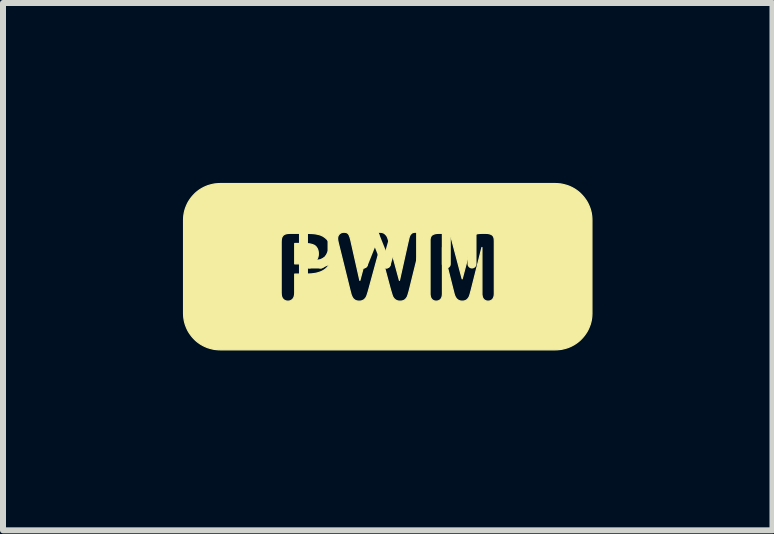
<source format=kicad_pcb>
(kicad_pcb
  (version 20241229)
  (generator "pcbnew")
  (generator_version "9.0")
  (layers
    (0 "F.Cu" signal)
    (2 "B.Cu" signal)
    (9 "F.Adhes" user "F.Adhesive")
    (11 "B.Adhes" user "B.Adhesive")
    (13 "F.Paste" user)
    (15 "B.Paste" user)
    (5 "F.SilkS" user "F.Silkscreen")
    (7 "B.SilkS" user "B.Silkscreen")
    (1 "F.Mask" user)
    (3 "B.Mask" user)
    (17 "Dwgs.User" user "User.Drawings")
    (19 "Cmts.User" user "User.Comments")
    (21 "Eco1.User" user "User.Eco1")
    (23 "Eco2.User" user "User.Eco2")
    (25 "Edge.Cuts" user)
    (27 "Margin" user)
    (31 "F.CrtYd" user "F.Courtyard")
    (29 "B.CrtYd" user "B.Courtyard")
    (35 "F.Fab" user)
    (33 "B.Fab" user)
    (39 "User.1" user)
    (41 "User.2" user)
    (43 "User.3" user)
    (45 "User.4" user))
  (footprint "pwm"
    (layer "F.Cu")
    (at 3.414 1.396)
    (property "Reference" "pwm" (at 0 -0.5 0) (unlocked yes) (layer "F.SilkS") (effects (font (size 1 1) (thickness 0.15))))
    (attr smd)
    (fp_poly (pts (xy -1.381 -0.386) (xy -1.364 -0.386) (xy -1.347 -0.385) (xy -1.331 -0.383) (xy -1.316 -0.382) (xy -1.301 -0.38) (xy -1.287 -0.377) (xy -1.275 -0.374) (xy -1.263 -0.371) (xy -1.251 -0.367) (xy -1.241 -0.363) (xy -1.231 -0.359) (xy -1.222 -0.354) (xy -1.214 -0.349) (xy -1.211 -0.346) (xy -1.207 -0.343) (xy -1.204 -0.34) (xy -1.201 -0.337) (xy -1.195 -0.331) (xy -1.19 -0.325) (xy -1.186 -0.319) (xy -1.182 -0.312) (xy -1.178 -0.306) (xy -1.174 -0.299) (xy -1.171 -0.292) (xy -1.168 -0.284) (xy -1.166 -0.277) (xy -1.163 -0.269) (xy -1.162 -0.261) (xy -1.16 -0.253) (xy -1.159 -0.244) (xy -1.158 -0.236) (xy -1.158 -0.227) (xy -1.157 -0.218) (xy -1.157 -0.21) (xy -1.158 -0.203) (xy -1.158 -0.195) (xy -1.159 -0.188) (xy -1.16 -0.181) (xy -1.161 -0.175) (xy -1.163 -0.168) (xy -1.164 -0.162) (xy -1.166 -0.156) (xy -1.168 -0.15) (xy -1.171 -0.144) (xy -1.173 -0.139) (xy -1.176 -0.133) (xy -1.179 -0.128) (xy -1.182 -0.123) (xy -1.185 -0.118) (xy -1.189 -0.114) (xy -1.193 -0.109) (xy -1.197 -0.105) (xy -1.201 -0.101) (xy -1.205 -0.097) (xy -1.21 -0.093) (xy -1.215 -0.089) (xy -1.22 -0.086) (xy -1.225 -0.082) (xy -1.23 -0.079) (xy -1.236 -0.076) (xy -1.242 -0.073) (xy -1.248 -0.071) (xy -1.254 -0.068) (xy -1.261 -0.066) (xy -1.267 -0.064) (xy -1.281 -0.06) (xy -1.295 -0.056) (xy -1.311 -0.054) (xy -1.327 -0.051) (xy -1.344 -0.049) (xy -1.362 -0.048) (xy -1.38 -0.047) (xy -1.4 -0.047) (xy -1.551 -0.047) (xy -1.551 -0.387) (xy -1.4 -0.387)) (stroke (width 0.02) (type solid)) (fill yes) (layer "F.SilkS"))
    (fp_poly (pts (xy 2.826 -1.385) (xy 2.857 -1.382) (xy 2.888 -1.379) (xy 2.918 -1.373) (xy 2.947 -1.366) (xy 2.976 -1.358) (xy 3.005 -1.349) (xy 3.032 -1.338) (xy 3.059 -1.326) (xy 3.086 -1.312) (xy 3.111 -1.298) (xy 3.136 -1.282) (xy 3.16 -1.265) (xy 3.183 -1.247) (xy 3.205 -1.228) (xy 3.226 -1.207) (xy 3.246 -1.186) (xy 3.265 -1.164) (xy 3.283 -1.141) (xy 3.3 -1.117) (xy 3.316 -1.093) (xy 3.331 -1.067) (xy 3.344 -1.041) (xy 3.356 -1.014) (xy 3.367 -0.986) (xy 3.377 -0.958) (xy 3.385 -0.929) (xy 3.392 -0.899) (xy 3.397 -0.869) (xy 3.401 -0.839) (xy 3.403 -0.808) (xy 3.404 -0.776) (xy 3.404 0.776) (xy 3.403 0.808) (xy 3.401 0.839) (xy 3.397 0.869) (xy 3.392 0.899) (xy 3.385 0.929) (xy 3.377 0.958) (xy 3.367 0.986) (xy 3.356 1.014) (xy 3.344 1.041) (xy 3.331 1.067) (xy 3.316 1.093) (xy 3.3 1.117) (xy 3.283 1.141) (xy 3.265 1.164) (xy 3.246 1.186) (xy 3.226 1.207) (xy 3.205 1.228) (xy 3.183 1.247) (xy 3.16 1.265) (xy 3.136 1.282) (xy 3.111 1.298) (xy 3.086 1.312) (xy 3.059 1.326) (xy 3.032 1.338) (xy 3.005 1.349) (xy 2.976 1.358) (xy 2.947 1.366) (xy 2.918 1.373) (xy 2.888 1.379) (xy 2.857 1.382) (xy 2.826 1.385) (xy 2.795 1.386) (xy -2.795 1.386) (xy -2.826 1.385) (xy -2.857 1.382) (xy -2.888 1.379) (xy -2.918 1.373) (xy -2.947 1.366) (xy -2.976 1.358) (xy -3.005 1.349) (xy -3.032 1.338) (xy -3.059 1.326) (xy -3.086 1.312) (xy -3.111 1.298) (xy -3.136 1.282) (xy -3.16 1.265) (xy -3.183 1.247) (xy -3.205 1.228) (xy -3.226 1.207) (xy -3.246 1.186) (xy -3.265 1.164) (xy -3.283 1.141) (xy -3.3 1.117) (xy -3.316 1.093) (xy -3.331 1.067) (xy -3.344 1.041) (xy -3.356 1.014) (xy -3.367 0.986) (xy -3.377 0.958) (xy -3.385 0.929) (xy -3.392 0.899) (xy -3.397 0.869) (xy -3.401 0.839) (xy -3.403 0.808) (xy -3.404 0.776) (xy -3.404 0.439) (xy -1.777 0.439) (xy -1.776 0.447) (xy -1.776 0.455) (xy -1.775 0.463) (xy -1.775 0.47) (xy -1.773 0.477) (xy -1.772 0.484) (xy -1.771 0.491) (xy -1.769 0.498) (xy -1.767 0.504) (xy -1.764 0.51) (xy -1.762 0.516) (xy -1.759 0.521) (xy -1.756 0.526) (xy -1.753 0.531) (xy -1.749 0.536) (xy -1.745 0.54) (xy -1.741 0.545) (xy -1.737 0.548) (xy -1.733 0.552) (xy -1.729 0.555) (xy -1.724 0.558) (xy -1.719 0.561) (xy -1.714 0.564) (xy -1.709 0.566) (xy -1.704 0.568) (xy -1.699 0.57) (xy -1.693 0.571) (xy -1.688 0.572) (xy -1.682 0.573) (xy -1.676 0.574) (xy -1.67 0.574) (xy -1.664 0.575) (xy -1.658 0.574) (xy -1.652 0.574) (xy -1.646 0.573) (xy -1.64 0.572) (xy -1.635 0.571) (xy -1.63 0.57) (xy -1.624 0.568) (xy -1.619 0.566) (xy -1.614 0.563) (xy -1.609 0.561) (xy -1.605 0.558) (xy -1.6 0.555) (xy -1.596 0.551) (xy -1.591 0.548) (xy -1.587 0.544) (xy -1.583 0.54) (xy -1.579 0.535) (xy -1.576 0.53) (xy -1.572 0.525) (xy -1.569 0.52) (xy -1.566 0.515) (xy -1.564 0.509) (xy -1.562 0.503) (xy -1.559 0.497) (xy -1.558 0.49) (xy -1.556 0.483) (xy -1.555 0.476) (xy -1.553 0.469) (xy -1.553 0.461) (xy -1.552 0.454) (xy -1.552 0.446) (xy -1.551 0.437) (xy -1.551 0.123) (xy -1.345 0.123) (xy -1.32 0.122) (xy -1.295 0.121) (xy -1.271 0.12) (xy -1.248 0.117) (xy -1.226 0.114) (xy -1.204 0.111) (xy -1.184 0.106) (xy -1.164 0.101) (xy -1.145 0.095) (xy -1.127 0.089) (xy -1.109 0.082) (xy -1.092 0.074) (xy -1.077 0.065) (xy -1.061 0.056) (xy -1.047 0.046) (xy -1.034 0.036) (xy -1.021 0.024) (xy -1.009 0.012) (xy -0.998 -0.000196) (xy -0.988 -0.013) (xy -0.979 -0.027) (xy -0.97 -0.042) (xy -0.962 -0.057) (xy -0.955 -0.073) (xy -0.949 -0.089) (xy -0.944 -0.106) (xy -0.939 -0.124) (xy -0.936 -0.142) (xy -0.933 -0.161) (xy -0.931 -0.181) (xy -0.93 -0.201) (xy -0.929 -0.222) (xy -0.929 -0.232) (xy -0.93 -0.242) (xy -0.93 -0.251) (xy -0.931 -0.261) (xy -0.932 -0.27) (xy -0.933 -0.28) (xy -0.934 -0.289) (xy -0.936 -0.298) (xy -0.937 -0.307) (xy -0.939 -0.315) (xy -0.941 -0.324) (xy -0.944 -0.333) (xy -0.946 -0.341) (xy -0.949 -0.349) (xy -0.952 -0.357) (xy -0.955 -0.365) (xy -0.958 -0.373) (xy -0.962 -0.381) (xy -0.965 -0.389) (xy -0.969 -0.396) (xy -0.973 -0.403) (xy -0.978 -0.41) (xy -0.982 -0.417) (xy -0.987 -0.424) (xy -0.992 -0.431) (xy -0.997 -0.437) (xy -1.002 -0.444) (xy -1.007 -0.45) (xy -1.013 -0.456) (xy -1.019 -0.462) (xy -1.025 -0.467) (xy -1.03 -0.472) (xy -0.836 -0.472) (xy -0.836 -0.463) (xy -0.835 -0.453) (xy -0.834 -0.442) (xy -0.832 -0.43) (xy -0.829 -0.417) (xy -0.827 -0.404) (xy -0.823 -0.389) (xy -0.819 -0.373) (xy -0.634 0.375) (xy -0.63 0.392) (xy -0.625 0.41) (xy -0.615 0.448) (xy -0.613 0.457) (xy -0.61 0.467) (xy -0.607 0.476) (xy -0.603 0.484) (xy -0.6 0.492) (xy -0.596 0.5) (xy -0.592 0.508) (xy -0.588 0.515) (xy -0.586 0.519) (xy -0.584 0.522) (xy -0.581 0.525) (xy -0.579 0.529) (xy -0.577 0.532) (xy -0.574 0.535) (xy -0.572 0.537) (xy -0.569 0.54) (xy -0.566 0.543) (xy -0.563 0.545) (xy -0.56 0.548) (xy -0.558 0.55) (xy -0.554 0.552) (xy -0.551 0.555) (xy -0.548 0.557) (xy -0.545 0.559) (xy -0.541 0.561) (xy -0.538 0.562) (xy -0.534 0.564) (xy -0.53 0.566) (xy -0.526 0.567) (xy -0.522 0.568) (xy -0.518 0.57) (xy -0.514 0.571) (xy -0.51 0.571) (xy -0.505 0.572) (xy -0.501 0.573) (xy -0.496 0.574) (xy -0.491 0.574) (xy -0.486 0.574) (xy -0.481 0.574) (xy -0.476 0.575) (xy -0.47 0.574) (xy -0.463 0.574) (xy -0.457 0.574) (xy -0.451 0.573) (xy -0.446 0.572) (xy -0.44 0.571) (xy -0.435 0.57) (xy -0.43 0.568) (xy -0.424 0.566) (xy -0.42 0.564) (xy -0.415 0.562) (xy -0.41 0.56) (xy -0.406 0.557) (xy -0.401 0.555) (xy -0.397 0.552) (xy -0.393 0.549) (xy -0.39 0.545) (xy -0.386 0.542) (xy -0.382 0.539) (xy -0.379 0.535) (xy -0.376 0.532) (xy -0.373 0.528) (xy -0.37 0.524) (xy -0.367 0.521) (xy -0.364 0.517) (xy -0.362 0.513) (xy -0.36 0.509) (xy -0.357 0.505) (xy -0.355 0.502) (xy -0.353 0.498) (xy -0.352 0.494) (xy -0.35 0.49) (xy -0.347 0.481) (xy -0.343 0.47) (xy -0.335 0.446) (xy -0.326 0.416) (xy -0.316 0.38) (xy -0.134 -0.286) (xy 0.045 0.38) (xy 0.056 0.417) (xy 0.065 0.447) (xy 0.069 0.46) (xy 0.073 0.472) (xy 0.076 0.482) (xy 0.08 0.491) (xy 0.081 0.495) (xy 0.083 0.499) (xy 0.085 0.503) (xy 0.087 0.507) (xy 0.089 0.51) (xy 0.091 0.514) (xy 0.094 0.518) (xy 0.096 0.521) (xy 0.099 0.525) (xy 0.102 0.529) (xy 0.105 0.532) (xy 0.108 0.535) (xy 0.112 0.539) (xy 0.115 0.542) (xy 0.119 0.545) (xy 0.123 0.549) (xy 0.127 0.552) (xy 0.131 0.555) (xy 0.135 0.557) (xy 0.14 0.56) (xy 0.144 0.562) (xy 0.149 0.564) (xy 0.154 0.566) (xy 0.159 0.568) (xy 0.164 0.57) (xy 0.17 0.571) (xy 0.175 0.572) (xy 0.181 0.573) (xy 0.187 0.574) (xy 0.193 0.574) (xy 0.199 0.574) (xy 0.205 0.575) (xy 0.212 0.574) (xy 0.219 0.574) (xy 0.225 0.574) (xy 0.231 0.573) (xy 0.237 0.572) (xy 0.243 0.571) (xy 0.248 0.569) (xy 0.254 0.568) (xy 0.259 0.566) (xy 0.264 0.564) (xy 0.269 0.562) (xy 0.273 0.56) (xy 0.278 0.557) (xy 0.282 0.554) (xy 0.286 0.551) (xy 0.29 0.548) (xy 0.293 0.545) (xy 0.297 0.541) (xy 0.3 0.538) (xy 0.304 0.534) (xy 0.307 0.531) (xy 0.31 0.527) (xy 0.313 0.523) (xy 0.315 0.519) (xy 0.318 0.515) (xy 0.32 0.512) (xy 0.323 0.508) (xy 0.325 0.503) (xy 0.327 0.499) (xy 0.329 0.495) (xy 0.33 0.491) (xy 0.332 0.487) (xy 0.335 0.477) (xy 0.339 0.466) (xy 0.342 0.454) (xy 0.345 0.447) (xy 0.705 0.447) (xy 0.705 0.455) (xy 0.705 0.463) (xy 0.706 0.47) (xy 0.707 0.477) (xy 0.708 0.484) (xy 0.709 0.491) (xy 0.71 0.497) (xy 0.712 0.503) (xy 0.714 0.509) (xy 0.716 0.515) (xy 0.719 0.52) (xy 0.721 0.525) (xy 0.724 0.53) (xy 0.727 0.535) (xy 0.73 0.539) (xy 0.734 0.543) (xy 0.737 0.547) (xy 0.741 0.551) (xy 0.745 0.554) (xy 0.749 0.557) (xy 0.753 0.56) (xy 0.758 0.562) (xy 0.762 0.565) (xy 0.767 0.567) (xy 0.771 0.569) (xy 0.776 0.57) (xy 0.781 0.571) (xy 0.786 0.573) (xy 0.792 0.573) (xy 0.797 0.574) (xy 0.802 0.574) (xy 0.808 0.575) (xy 0.814 0.574) (xy 0.819 0.574) (xy 0.825 0.573) (xy 0.83 0.573) (xy 0.836 0.571) (xy 0.841 0.57) (xy 0.846 0.568) (xy 0.85 0.567) (xy 0.855 0.564) (xy 0.859 0.562) (xy 0.864 0.559) (xy 0.868 0.557) (xy 0.872 0.554) (xy 0.876 0.55) (xy 0.879 0.547) (xy 0.883 0.543) (xy 0.887 0.539) (xy 0.89 0.534) (xy 0.893 0.53) (xy 0.896 0.525) (xy 0.898 0.52) (xy 0.901 0.514) (xy 0.903 0.509) (xy 0.905 0.503) (xy 0.906 0.497) (xy 0.908 0.49) (xy 0.909 0.484) (xy 0.91 0.477) (xy 0.911 0.47) (xy 0.911 0.463) (xy 0.912 0.455) (xy 0.912 0.447) (xy 0.912 -0.32) (xy 1.09 0.388) (xy 1.107 0.455) (xy 1.11 0.463) (xy 1.112 0.471) (xy 1.115 0.479) (xy 1.118 0.486) (xy 1.121 0.493) (xy 1.124 0.5) (xy 1.128 0.507) (xy 1.132 0.514) (xy 1.134 0.517) (xy 1.136 0.52) (xy 1.138 0.523) (xy 1.14 0.527) (xy 1.142 0.529) (xy 1.145 0.532) (xy 1.147 0.535) (xy 1.15 0.538) (xy 1.153 0.541) (xy 1.155 0.543) (xy 1.158 0.546) (xy 1.161 0.548) (xy 1.164 0.55) (xy 1.167 0.553) (xy 1.171 0.555) (xy 1.174 0.557) (xy 1.178 0.559) (xy 1.181 0.561) (xy 1.185 0.563) (xy 1.188 0.565) (xy 1.192 0.566) (xy 1.196 0.568) (xy 1.2 0.569) (xy 1.204 0.57) (xy 1.209 0.571) (xy 1.213 0.572) (xy 1.217 0.573) (xy 1.222 0.573) (xy 1.226 0.574) (xy 1.231 0.574) (xy 1.236 0.574) (xy 1.241 0.575) (xy 1.247 0.574) (xy 1.253 0.574) (xy 1.26 0.574) (xy 1.265 0.573) (xy 1.271 0.572) (xy 1.277 0.571) (xy 1.282 0.569) (xy 1.287 0.568) (xy 1.292 0.566) (xy 1.297 0.564) (xy 1.302 0.562) (xy 1.306 0.56) (xy 1.311 0.557) (xy 1.315 0.554) (xy 1.319 0.551) (xy 1.323 0.548) (xy 1.326 0.545) (xy 1.33 0.541) (xy 1.333 0.538) (xy 1.336 0.534) (xy 1.339 0.531) (xy 1.342 0.527) (xy 1.345 0.524) (xy 1.347 0.52) (xy 1.35 0.516) (xy 1.352 0.513) (xy 1.354 0.509) (xy 1.356 0.505) (xy 1.358 0.501) (xy 1.36 0.497) (xy 1.361 0.494) (xy 1.363 0.49) (xy 1.366 0.481) (xy 1.369 0.471) (xy 1.376 0.448) (xy 1.383 0.42) (xy 1.392 0.388) (xy 1.57 -0.32) (xy 1.57 0.447) (xy 1.57 0.455) (xy 1.57 0.463) (xy 1.571 0.47) (xy 1.572 0.477) (xy 1.573 0.484) (xy 1.574 0.49) (xy 1.575 0.497) (xy 1.577 0.503) (xy 1.579 0.509) (xy 1.581 0.514) (xy 1.583 0.52) (xy 1.586 0.525) (xy 1.589 0.53) (xy 1.592 0.534) (xy 1.595 0.539) (xy 1.598 0.543) (xy 1.602 0.547) (xy 1.606 0.55) (xy 1.61 0.554) (xy 1.614 0.557) (xy 1.618 0.559) (xy 1.622 0.562) (xy 1.627 0.564) (xy 1.631 0.567) (xy 1.636 0.568) (xy 1.641 0.57) (xy 1.646 0.571) (xy 1.651 0.573) (xy 1.656 0.573) (xy 1.661 0.574) (xy 1.667 0.574) (xy 1.672 0.575) (xy 1.678 0.574) (xy 1.684 0.574) (xy 1.689 0.573) (xy 1.695 0.573) (xy 1.7 0.571) (xy 1.705 0.57) (xy 1.71 0.568) (xy 1.715 0.567) (xy 1.72 0.564) (xy 1.724 0.562) (xy 1.728 0.559) (xy 1.733 0.557) (xy 1.737 0.554) (xy 1.74 0.55) (xy 1.744 0.547) (xy 1.748 0.543) (xy 1.751 0.539) (xy 1.755 0.534) (xy 1.758 0.53) (xy 1.76 0.525) (xy 1.763 0.52) (xy 1.765 0.514) (xy 1.768 0.509) (xy 1.769 0.503) (xy 1.771 0.497) (xy 1.773 0.49) (xy 1.774 0.484) (xy 1.775 0.477) (xy 1.776 0.47) (xy 1.776 0.463) (xy 1.777 0.455) (xy 1.777 0.447) (xy 1.777 -0.432) (xy 1.776 -0.441) (xy 1.776 -0.449) (xy 1.775 -0.458) (xy 1.774 -0.465) (xy 1.773 -0.473) (xy 1.771 -0.48) (xy 1.769 -0.487) (xy 1.768 -0.49) (xy 1.767 -0.493) (xy 1.766 -0.496) (xy 1.765 -0.499) (xy 1.763 -0.502) (xy 1.762 -0.504) (xy 1.76 -0.507) (xy 1.759 -0.509) (xy 1.757 -0.512) (xy 1.755 -0.514) (xy 1.753 -0.517) (xy 1.752 -0.519) (xy 1.75 -0.521) (xy 1.748 -0.523) (xy 1.745 -0.525) (xy 1.743 -0.526) (xy 1.741 -0.528) (xy 1.739 -0.53) (xy 1.734 -0.533) (xy 1.729 -0.536) (xy 1.724 -0.539) (xy 1.718 -0.541) (xy 1.712 -0.543) (xy 1.707 -0.545) (xy 1.7 -0.547) (xy 1.694 -0.549) (xy 1.688 -0.551) (xy 1.681 -0.552) (xy 1.674 -0.553) (xy 1.667 -0.554) (xy 1.66 -0.555) (xy 1.652 -0.555) (xy 1.644 -0.555) (xy 1.636 -0.556) (xy 1.567 -0.556) (xy 1.551 -0.555) (xy 1.537 -0.555) (xy 1.531 -0.554) (xy 1.524 -0.554) (xy 1.518 -0.553) (xy 1.512 -0.553) (xy 1.507 -0.552) (xy 1.501 -0.551) (xy 1.496 -0.55) (xy 1.491 -0.549) (xy 1.487 -0.548) (xy 1.483 -0.547) (xy 1.479 -0.546) (xy 1.475 -0.544) (xy 1.471 -0.543) (xy 1.468 -0.541) (xy 1.465 -0.539) (xy 1.462 -0.537) (xy 1.459 -0.535) (xy 1.456 -0.533) (xy 1.453 -0.531) (xy 1.451 -0.528) (xy 1.448 -0.526) (xy 1.446 -0.523) (xy 1.443 -0.52) (xy 1.441 -0.517) (xy 1.439 -0.514) (xy 1.437 -0.51) (xy 1.435 -0.507) (xy 1.433 -0.503) (xy 1.43 -0.495) (xy 1.426 -0.486) (xy 1.423 -0.476) (xy 1.419 -0.464) (xy 1.415 -0.452) (xy 1.411 -0.438) (xy 1.406 -0.423) (xy 1.402 -0.407) (xy 1.241 0.202) (xy 1.079 -0.407) (xy 1.075 -0.423) (xy 1.071 -0.438) (xy 1.067 -0.452) (xy 1.063 -0.464) (xy 1.059 -0.476) (xy 1.055 -0.486) (xy 1.052 -0.495) (xy 1.048 -0.503) (xy 1.046 -0.507) (xy 1.045 -0.51) (xy 1.043 -0.514) (xy 1.04 -0.517) (xy 1.038 -0.52) (xy 1.036 -0.523) (xy 1.033 -0.526) (xy 1.031 -0.528) (xy 1.028 -0.531) (xy 1.025 -0.533) (xy 1.022 -0.535) (xy 1.019 -0.537) (xy 1.016 -0.539) (xy 1.013 -0.541) (xy 1.009 -0.543) (xy 1.006 -0.544) (xy 1.002 -0.546) (xy 0.998 -0.547) (xy 0.994 -0.548) (xy 0.99 -0.549) (xy 0.98 -0.551) (xy 0.969 -0.553) (xy 0.957 -0.554) (xy 0.944 -0.555) (xy 0.93 -0.555) (xy 0.915 -0.556) (xy 0.845 -0.556) (xy 0.837 -0.555) (xy 0.829 -0.555) (xy 0.822 -0.555) (xy 0.815 -0.554) (xy 0.807 -0.553) (xy 0.801 -0.552) (xy 0.794 -0.551) (xy 0.787 -0.549) (xy 0.781 -0.547) (xy 0.775 -0.545) (xy 0.769 -0.543) (xy 0.763 -0.541) (xy 0.758 -0.539) (xy 0.753 -0.536) (xy 0.748 -0.533) (xy 0.743 -0.53) (xy 0.738 -0.526) (xy 0.734 -0.523) (xy 0.73 -0.519) (xy 0.726 -0.514) (xy 0.723 -0.509) (xy 0.72 -0.504) (xy 0.717 -0.499) (xy 0.714 -0.493) (xy 0.712 -0.487) (xy 0.71 -0.48) (xy 0.709 -0.473) (xy 0.707 -0.465) (xy 0.706 -0.458) (xy 0.705 -0.449) (xy 0.705 -0.441) (xy 0.705 -0.432) (xy 0.705 0.447) (xy 0.345 0.447) (xy 0.346 0.441) (xy 0.355 0.411) (xy 0.364 0.375) (xy 0.549 -0.373) (xy 0.553 -0.389) (xy 0.556 -0.405) (xy 0.559 -0.419) (xy 0.561 -0.432) (xy 0.563 -0.444) (xy 0.564 -0.454) (xy 0.565 -0.464) (xy 0.565 -0.468) (xy 0.565 -0.472) (xy 0.565 -0.478) (xy 0.565 -0.483) (xy 0.564 -0.488) (xy 0.563 -0.493) (xy 0.562 -0.498) (xy 0.561 -0.503) (xy 0.559 -0.508) (xy 0.558 -0.512) (xy 0.556 -0.517) (xy 0.553 -0.521) (xy 0.551 -0.525) (xy 0.548 -0.53) (xy 0.545 -0.534) (xy 0.542 -0.538) (xy 0.538 -0.541) (xy 0.534 -0.545) (xy 0.53 -0.549) (xy 0.527 -0.552) (xy 0.522 -0.555) (xy 0.518 -0.558) (xy 0.514 -0.561) (xy 0.51 -0.563) (xy 0.505 -0.565) (xy 0.501 -0.567) (xy 0.496 -0.569) (xy 0.491 -0.57) (xy 0.486 -0.572) (xy 0.481 -0.573) (xy 0.476 -0.573) (xy 0.471 -0.574) (xy 0.466 -0.574) (xy 0.46 -0.575) (xy 0.455 -0.574) (xy 0.449 -0.574) (xy 0.444 -0.574) (xy 0.439 -0.573) (xy 0.435 -0.572) (xy 0.43 -0.571) (xy 0.426 -0.57) (xy 0.421 -0.569) (xy 0.417 -0.567) (xy 0.413 -0.566) (xy 0.409 -0.564) (xy 0.406 -0.562) (xy 0.402 -0.56) (xy 0.399 -0.557) (xy 0.396 -0.555) (xy 0.393 -0.552) (xy 0.39 -0.549) (xy 0.387 -0.546) (xy 0.385 -0.543) (xy 0.382 -0.54) (xy 0.38 -0.537) (xy 0.377 -0.534) (xy 0.375 -0.531) (xy 0.373 -0.528) (xy 0.371 -0.524) (xy 0.369 -0.521) (xy 0.367 -0.518) (xy 0.366 -0.514) (xy 0.364 -0.511) (xy 0.363 -0.507) (xy 0.361 -0.504) (xy 0.36 -0.5) (xy 0.358 -0.493) (xy 0.355 -0.484) (xy 0.353 -0.476) (xy 0.351 -0.466) (xy 0.346 -0.445) (xy 0.34 -0.421) (xy 0.195 0.228) (xy 0.03 -0.379) (xy 0.021 -0.414) (xy 0.016 -0.429) (xy 0.012 -0.443) (xy 0.008 -0.456) (xy 0.004 -0.468) (xy 0.001 -0.478) (xy -0.002 -0.487) (xy -0.004 -0.491) (xy -0.006 -0.495) (xy -0.008 -0.499) (xy -0.01 -0.503) (xy -0.012 -0.506) (xy -0.014 -0.51) (xy -0.017 -0.514) (xy -0.019 -0.518) (xy -0.022 -0.522) (xy -0.025 -0.525) (xy -0.028 -0.529) (xy -0.032 -0.532) (xy -0.035 -0.536) (xy -0.039 -0.54) (xy -0.042 -0.543) (xy -0.046 -0.546) (xy -0.05 -0.55) (xy -0.054 -0.553) (xy -0.059 -0.556) (xy -0.063 -0.559) (xy -0.068 -0.561) (xy -0.073 -0.564) (xy -0.078 -0.566) (xy -0.084 -0.567) (xy -0.089 -0.569) (xy -0.095 -0.571) (xy -0.101 -0.572) (xy -0.107 -0.573) (xy -0.114 -0.574) (xy -0.12 -0.574) (xy -0.127 -0.574) (xy -0.134 -0.575) (xy -0.141 -0.574) (xy -0.148 -0.574) (xy -0.154 -0.574) (xy -0.161 -0.573) (xy -0.167 -0.572) (xy -0.173 -0.571) (xy -0.179 -0.569) (xy -0.184 -0.568) (xy -0.19 -0.566) (xy -0.195 -0.564) (xy -0.2 -0.562) (xy -0.205 -0.56) (xy -0.21 -0.557) (xy -0.214 -0.554) (xy -0.219 -0.551) (xy -0.223 -0.548) (xy -0.227 -0.545) (xy -0.231 -0.541) (xy -0.234 -0.538) (xy -0.238 -0.534) (xy -0.241 -0.53) (xy -0.245 -0.527) (xy -0.248 -0.523) (xy -0.251 -0.519) (xy -0.254 -0.515) (xy -0.256 -0.511) (xy -0.259 -0.507) (xy -0.261 -0.503) (xy -0.264 -0.498) (xy -0.266 -0.494) (xy -0.268 -0.49) (xy -0.27 -0.485) (xy -0.273 -0.475) (xy -0.277 -0.465) (xy -0.281 -0.453) (xy -0.285 -0.44) (xy -0.289 -0.427) (xy -0.294 -0.412) (xy -0.298 -0.396) (xy -0.302 -0.379) (xy -0.465 0.228) (xy -0.611 -0.421) (xy -0.615 -0.439) (xy -0.619 -0.456) (xy -0.624 -0.472) (xy -0.628 -0.487) (xy -0.63 -0.494) (xy -0.633 -0.5) (xy -0.635 -0.507) (xy -0.638 -0.513) (xy -0.64 -0.519) (xy -0.643 -0.525) (xy -0.645 -0.53) (xy -0.648 -0.535) (xy -0.651 -0.54) (xy -0.654 -0.544) (xy -0.657 -0.548) (xy -0.661 -0.552) (xy -0.665 -0.556) (xy -0.67 -0.559) (xy -0.674 -0.562) (xy -0.679 -0.565) (xy -0.685 -0.567) (xy -0.69 -0.569) (xy -0.696 -0.571) (xy -0.702 -0.572) (xy -0.709 -0.573) (xy -0.716 -0.574) (xy -0.723 -0.574) (xy -0.731 -0.575) (xy -0.736 -0.574) (xy -0.742 -0.574) (xy -0.747 -0.573) (xy -0.752 -0.573) (xy -0.757 -0.572) (xy -0.762 -0.57) (xy -0.767 -0.569) (xy -0.772 -0.567) (xy -0.776 -0.565) (xy -0.781 -0.563) (xy -0.785 -0.561) (xy -0.79 -0.558) (xy -0.794 -0.555) (xy -0.798 -0.552) (xy -0.802 -0.549) (xy -0.806 -0.545) (xy -0.809 -0.541) (xy -0.813 -0.537) (xy -0.816 -0.533) (xy -0.819 -0.529) (xy -0.822 -0.525) (xy -0.824 -0.521) (xy -0.826 -0.517) (xy -0.828 -0.512) (xy -0.83 -0.507) (xy -0.832 -0.503) (xy -0.833 -0.498) (xy -0.834 -0.493) (xy -0.835 -0.488) (xy -0.835 -0.483) (xy -0.836 -0.478) (xy -0.836 -0.472) (xy -1.03 -0.472) (xy -1.031 -0.473) (xy -1.037 -0.478) (xy -1.043 -0.484) (xy -1.05 -0.489) (xy -1.057 -0.493) (xy -1.063 -0.498) (xy -1.07 -0.502) (xy -1.077 -0.507) (xy -1.085 -0.511) (xy -1.092 -0.515) (xy -1.1 -0.518) (xy -1.107 -0.522) (xy -1.115 -0.525) (xy -1.123 -0.528) (xy -1.131 -0.531) (xy -1.14 -0.533) (xy -1.148 -0.536) (xy -1.166 -0.54) (xy -1.186 -0.544) (xy -1.208 -0.548) (xy -1.232 -0.551) (xy -1.258 -0.553) (xy -1.285 -0.554) (xy -1.314 -0.555) (xy -1.345 -0.556) (xy -1.634 -0.556) (xy -1.643 -0.555) (xy -1.652 -0.555) (xy -1.66 -0.554) (xy -1.669 -0.554) (xy -1.677 -0.552) (xy -1.684 -0.551) (xy -1.691 -0.549) (xy -1.698 -0.548) (xy -1.705 -0.545) (xy -1.711 -0.543) (xy -1.717 -0.54) (xy -1.723 -0.538) (xy -1.728 -0.535) (xy -1.733 -0.531) (xy -1.738 -0.528) (xy -1.742 -0.524) (xy -1.747 -0.52) (xy -1.75 -0.515) (xy -1.754 -0.51) (xy -1.757 -0.505) (xy -1.76 -0.5) (xy -1.763 -0.494) (xy -1.766 -0.488) (xy -1.768 -0.481) (xy -1.77 -0.474) (xy -1.772 -0.467) (xy -1.773 -0.46) (xy -1.774 -0.452) (xy -1.775 -0.444) (xy -1.776 -0.436) (xy -1.776 -0.427) (xy -1.777 -0.418) (xy -1.777 0.439) (xy -3.404 0.439) (xy -3.404 -0.776) (xy -3.403 -0.808) (xy -3.401 -0.839) (xy -3.397 -0.869) (xy -3.392 -0.899) (xy -3.385 -0.929) (xy -3.377 -0.958) (xy -3.367 -0.986) (xy -3.356 -1.014) (xy -3.344 -1.041) (xy -3.331 -1.067) (xy -3.316 -1.093) (xy -3.3 -1.117) (xy -3.283 -1.141) (xy -3.265 -1.164) (xy -3.246 -1.186) (xy -3.226 -1.207) (xy -3.205 -1.228) (xy -3.183 -1.247) (xy -3.16 -1.265) (xy -3.136 -1.282) (xy -3.111 -1.298) (xy -3.086 -1.312) (xy -3.059 -1.326) (xy -3.032 -1.338) (xy -3.005 -1.349) (xy -2.976 -1.358) (xy -2.947 -1.366) (xy -2.918 -1.373) (xy -2.888 -1.379) (xy -2.857 -1.382) (xy -2.826 -1.385) (xy -2.795 -1.386) (xy 2.795 -1.386)) (stroke (width 0.02) (type solid)) (fill yes) (layer "F.SilkS")))
  (gr_rect
    (start -3 -3)
    (end 9.828 5.791)
    (stroke (width 0.1) (type default))
    (fill no)
    (layer "Edge.Cuts")))
</source>
